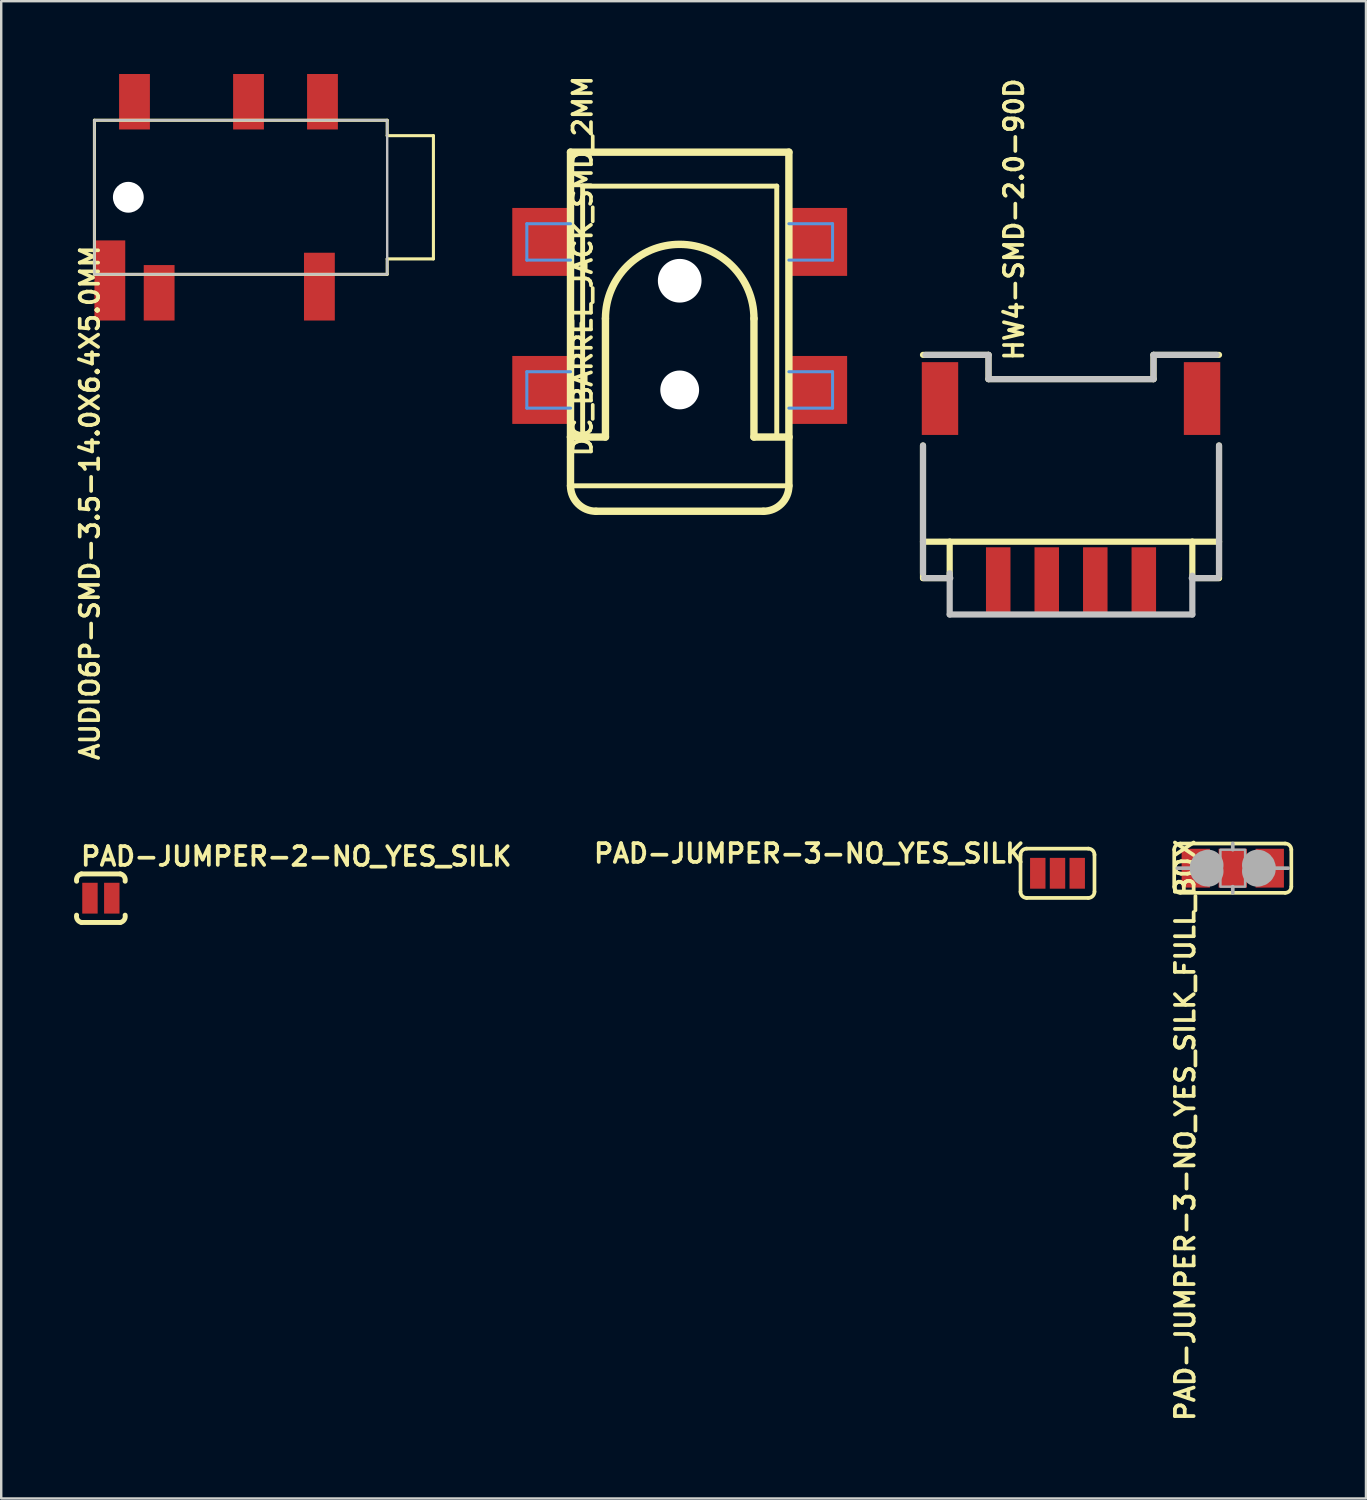
<source format=kicad_pcb>
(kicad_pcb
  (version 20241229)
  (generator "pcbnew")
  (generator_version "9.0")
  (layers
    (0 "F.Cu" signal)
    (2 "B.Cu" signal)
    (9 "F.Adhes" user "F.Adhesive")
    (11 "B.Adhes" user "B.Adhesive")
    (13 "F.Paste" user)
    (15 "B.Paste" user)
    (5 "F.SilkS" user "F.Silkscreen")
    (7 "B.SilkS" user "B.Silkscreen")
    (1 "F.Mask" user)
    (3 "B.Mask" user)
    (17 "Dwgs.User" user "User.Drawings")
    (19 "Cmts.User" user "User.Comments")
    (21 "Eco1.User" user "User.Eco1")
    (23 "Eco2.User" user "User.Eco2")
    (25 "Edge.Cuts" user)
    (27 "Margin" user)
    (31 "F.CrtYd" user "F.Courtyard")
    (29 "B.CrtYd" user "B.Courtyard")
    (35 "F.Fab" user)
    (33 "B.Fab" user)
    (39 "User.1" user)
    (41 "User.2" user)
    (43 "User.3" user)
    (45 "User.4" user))
  (footprint "AUDIO6P-SMD-3.5-14.0X6.4X5.0MM"
    (layer "F.Cu")
    (at 14.812 5.08)
    (property "Reference" "AUDIO6P-SMD-3.5-14.0X6.4X5.0MM" (at -14.605 1.905 270) (layer "F.SilkS") (effects (font (size 0.76 0.76) (thickness 0.152)) (justify right top)))
    (attr through_hole)
    (fp_line (start -13.97 -3.175) (end -13.97 3.175) (stroke (width 0.127) (type solid)) (layer "F.SilkS"))
    (fp_line (start -13.97 3.175) (end -1.905 3.175) (stroke (width 0.127) (type solid)) (layer "F.SilkS"))
    (fp_line (start -1.905 -3.175) (end -13.97 -3.175) (stroke (width 0.127) (type solid)) (layer "F.SilkS"))
    (fp_line (start -1.905 -2.54) (end -1.905 -3.175) (stroke (width 0.127) (type solid)) (layer "F.SilkS"))
    (fp_line (start -1.905 2.54) (end 0 2.54) (stroke (width 0.127) (type solid)) (layer "F.SilkS"))
    (fp_line (start -1.905 3.175) (end -1.905 2.54) (stroke (width 0.127) (type solid)) (layer "F.SilkS"))
    (fp_line (start 0 -2.54) (end -1.905 -2.54) (stroke (width 0.127) (type solid)) (layer "F.SilkS"))
    (fp_line (start 0 2.54) (end 0 -2.54) (stroke (width 0.127) (type solid)) (layer "F.SilkS"))
    (fp_poly (pts (xy -13.97 3.175) (xy -1.905 3.175) (xy -1.905 -3.175) (xy -13.97 -3.175)) (stroke (width 0.1) (type solid)) (fill no) (layer "Dwgs.User"))
    (pad "" np_thru_hole circle (at -12.573 0) (size 1.27 1.27) (drill 1.27) (layers "*.Cu"))
    (pad "COM1" smd rect (at -4.572 -3.937 90) (size 2.286 1.27) (layers "F.Cu" "F.Mask" "F.Paste"))
    (pad "COM2" smd rect (at -4.699 3.683 90) (size 2.794 1.27) (layers "F.Cu" "F.Mask" "F.Paste"))
    (pad "L" smd rect (at -11.303 3.937 90) (size 2.286 1.27) (layers "F.Cu" "F.Mask" "F.Paste"))
    (pad "LS" smd rect (at -13.335 3.429 90) (size 3.302 1.27) (layers "F.Cu" "F.Mask" "F.Paste"))
    (pad "R" smd rect (at -7.62 -3.937 90) (size 2.286 1.27) (layers "F.Cu" "F.Mask" "F.Paste"))
    (pad "RS" smd rect (at -12.319 -3.937 90) (size 2.286 1.27) (layers "F.Cu" "F.Mask" "F.Paste")))
  (footprint "DC_BARREL_JACK_SMD_2MM"
    (layer "F.Cu")
    (at 24.962 10.795)
    (property "Reference" "DC_BARREL_JACK_SMD_2MM" (at -4.445 -10.795 270) (layer "F.SilkS") (effects (font (size 0.76 0.76) (thickness 0.152)) (justify right top)))
    (attr through_hole)
    (fp_line (start -4.5 -7.575) (end 4.5 -7.575) (stroke (width 0.305) (type solid)) (layer "F.SilkS"))
    (fp_line (start -4.5 4.165) (end -4.5 -7.575) (stroke (width 0.305) (type solid)) (layer "F.SilkS"))
    (fp_line (start -4.5 4.165) (end -3.06 4.165) (stroke (width 0.305) (type solid)) (layer "F.SilkS"))
    (fp_line (start -4.5 6.175) (end -4.5 4.165) (stroke (width 0.305) (type solid)) (layer "F.SilkS"))
    (fp_line (start -4.5 6.175) (end 4.5 6.175) (stroke (width 0.203) (type solid)) (layer "F.SilkS"))
    (fp_line (start -4 -6.175) (end 4 -6.175) (stroke (width 0.203) (type solid)) (layer "F.SilkS"))
    (fp_line (start -4 4.165) (end -4 -6.175) (stroke (width 0.203) (type solid)) (layer "F.SilkS"))
    (fp_line (start -3.45 7.225) (end 3.45 7.225) (stroke (width 0.305) (type solid)) (layer "F.SilkS"))
    (fp_line (start -3.06 4.165) (end -3.06 -0.715) (stroke (width 0.305) (type solid)) (layer "F.SilkS"))
    (fp_line (start 3.06 4.165) (end 3.06 -0.715) (stroke (width 0.305) (type solid)) (layer "F.SilkS"))
    (fp_line (start 3.06 4.165) (end 4.5 4.165) (stroke (width 0.305) (type solid)) (layer "F.SilkS"))
    (fp_line (start 4 -6.175) (end 4 4.165) (stroke (width 0.203) (type solid)) (layer "F.SilkS"))
    (fp_line (start 4.5 -7.575) (end 4.5 4.165) (stroke (width 0.305) (type solid)) (layer "F.SilkS"))
    (fp_line (start 4.5 4.165) (end 4.5 6.175) (stroke (width 0.305) (type solid)) (layer "F.SilkS"))
    (fp_arc (start -3.45 7.225) (mid -4.192462 6.917462) (end -4.5 6.175) (stroke (width 0.3048) (type solid)) (layer "F.SilkS"))
    (fp_arc (start -3.06 -0.715) (mid 0.000001 -3.774999) (end 3.06 -0.714998) (stroke (width 0.3048) (type solid)) (layer "F.SilkS"))
    (fp_arc (start 4.5 6.175) (mid 4.192462 6.917462) (end 3.45 7.225) (stroke (width 0.3048) (type solid)) (layer "F.SilkS"))
    (fp_line (start -6.3 -4.625) (end -4.5 -4.625) (stroke (width 0.125) (type solid)) (layer "Cmts.User"))
    (fp_line (start -6.3 -3.125) (end -6.3 -4.625) (stroke (width 0.125) (type solid)) (layer "Cmts.User"))
    (fp_line (start -6.3 1.475) (end -4.5 1.475) (stroke (width 0.125) (type solid)) (layer "Cmts.User"))
    (fp_line (start -6.3 2.975) (end -6.3 1.475) (stroke (width 0.125) (type solid)) (layer "Cmts.User"))
    (fp_line (start -4.5 -3.125) (end -6.3 -3.125) (stroke (width 0.125) (type solid)) (layer "Cmts.User"))
    (fp_line (start -4.5 2.975) (end -6.3 2.975) (stroke (width 0.125) (type solid)) (layer "Cmts.User"))
    (fp_line (start 4.5 -3.125) (end 6.3 -3.125) (stroke (width 0.125) (type solid)) (layer "Cmts.User"))
    (fp_line (start 4.5 2.975) (end 6.3 2.975) (stroke (width 0.125) (type solid)) (layer "Cmts.User"))
    (fp_line (start 6.3 -4.625) (end 4.5 -4.625) (stroke (width 0.125) (type solid)) (layer "Cmts.User"))
    (fp_line (start 6.3 -3.125) (end 6.3 -4.625) (stroke (width 0.125) (type solid)) (layer "Cmts.User"))
    (fp_line (start 6.3 1.475) (end 4.5 1.475) (stroke (width 0.125) (type solid)) (layer "Cmts.User"))
    (fp_line (start 6.3 2.975) (end 6.3 1.475) (stroke (width 0.125) (type solid)) (layer "Cmts.User"))
    (pad "" np_thru_hole circle (at 0 -2.275) (size 1.8 1.8) (drill 1.8) (layers "*.Cu"))
    (pad "" np_thru_hole circle (at 0 2.225) (size 1.6 1.6) (drill 1.6) (layers "*.Cu"))
    (pad "P1@1" smd rect (at -5.7 -3.875) (size 2.4 2.8) (layers "F.Cu" "F.Mask" "F.Paste"))
    (pad "P1@2" smd rect (at -5.7 2.225) (size 2.4 2.8) (layers "F.Cu" "F.Mask" "F.Paste"))
    (pad "P2" smd rect (at 5.7 2.225) (size 2.4 2.8) (layers "F.Cu" "F.Mask" "F.Paste"))
    (pad "P3" smd rect (at 5.7 -3.875) (size 2.4 2.8) (layers "F.Cu" "F.Mask" "F.Paste")))
  (footprint "PAD-JUMPER-3-NO_YES_SILK"
    (layer "F.Cu")
    (at 40.532 32.94)
    (property "Reference" "PAD-JUMPER-3-NO_YES_SILK" (at -1.27 -1.27 180) (layer "F.SilkS") (effects (font (size 0.772 0.772) (thickness 0.154)) (justify right top)))
    (attr through_hole)
    (fp_line (start -1.524 0.762) (end -1.524 -0.762) (stroke (width 0.152) (type solid)) (layer "F.SilkS"))
    (fp_line (start -1.27 -1.016) (end 1.27 -1.016) (stroke (width 0.152) (type solid)) (layer "F.SilkS"))
    (fp_line (start 1.27 1.016) (end -1.27 1.016) (stroke (width 0.152) (type solid)) (layer "F.SilkS"))
    (fp_line (start 1.524 0.762) (end 1.524 -0.762) (stroke (width 0.152) (type solid)) (layer "F.SilkS"))
    (fp_arc (start -1.524 -0.762) (mid -1.449605 -0.941605) (end -1.27 -1.016) (stroke (width 0.1524) (type solid)) (layer "F.SilkS"))
    (fp_arc (start -1.27 1.016) (mid -1.449605 0.941605) (end -1.524 0.762) (stroke (width 0.1524) (type solid)) (layer "F.SilkS"))
    (fp_arc (start 1.27 -1.016) (mid 1.449605 -0.941605) (end 1.524 -0.762) (stroke (width 0.1524) (type solid)) (layer "F.SilkS"))
    (fp_arc (start 1.524 0.762) (mid 1.449605 0.941605) (end 1.27 1.016) (stroke (width 0.1524) (type solid)) (layer "F.SilkS"))
    (pad "1" smd rect (at -0.813 0) (size 0.635 1.27) (layers "F.Cu" "F.Mask" "F.Paste"))
    (pad "2" smd rect (at 0 0) (size 0.635 1.27) (layers "F.Cu" "F.Mask" "F.Paste"))
    (pad "3" smd rect (at 0.813 0) (size 0.635 1.27) (layers "F.Cu" "F.Mask" "F.Paste")))
  (footprint "PAD-JUMPER-3-NO_YES_SILK_FULL_BOX"
    (layer "F.Cu")
    (at 47.755 32.73)
    (property "Reference" "PAD-JUMPER-3-NO_YES_SILK_FULL_BOX" (at -2.413 -1.27 270) (layer "F.SilkS") (effects (font (size 0.772 0.772) (thickness 0.154)) (justify right top)))
    (attr through_hole)
    (fp_line (start -2.413 0.762) (end -2.413 -0.762) (stroke (width 0.152) (type solid)) (layer "F.SilkS"))
    (fp_line (start -2.159 -1.016) (end 2.159 -1.016) (stroke (width 0.152) (type solid)) (layer "F.SilkS"))
    (fp_line (start 2.159 1.016) (end -2.159 1.016) (stroke (width 0.152) (type solid)) (layer "F.SilkS"))
    (fp_line (start 2.413 0.762) (end 2.413 -0.762) (stroke (width 0.152) (type solid)) (layer "F.SilkS"))
    (fp_arc (start -2.413 -0.762) (mid -2.338605 -0.941605) (end -2.159 -1.016) (stroke (width 0.1524) (type solid)) (layer "F.SilkS"))
    (fp_arc (start -2.159 1.016) (mid -2.338605 0.941605) (end -2.413 0.762) (stroke (width 0.1524) (type solid)) (layer "F.SilkS"))
    (fp_arc (start 2.159 -1.016) (mid 2.338605 -0.941605) (end 2.413 -0.762) (stroke (width 0.1524) (type solid)) (layer "F.SilkS"))
    (fp_arc (start 2.413 0.762) (mid 2.338605 0.941605) (end 2.159 1.016) (stroke (width 0.1524) (type solid)) (layer "F.SilkS"))
    (fp_line (start -1.778 0) (end -2.286 0) (stroke (width 0.152) (type solid)) (layer "F.Fab"))
    (fp_line (start 0 -0.762) (end 0 -1.016) (stroke (width 0.152) (type solid)) (layer "F.Fab"))
    (fp_line (start 0 1.016) (end 0 0.762) (stroke (width 0.152) (type solid)) (layer "F.Fab"))
    (fp_line (start 1.778 0) (end 2.286 0) (stroke (width 0.152) (type solid)) (layer "F.Fab"))
    (fp_arc (start -1.016 0.127) (mid -1.143 0) (end -1.016 -0.127) (stroke (width 1.27) (type solid)) (layer "F.Fab"))
    (fp_arc (start 1.016 -0.127) (mid 1.143 0) (end 1.016 0.127) (stroke (width 1.27) (type solid)) (layer "F.Fab"))
    (fp_poly (pts (xy -0.508 0.762) (xy 0.508 0.762) (xy 0.508 -0.762) (xy -0.508 -0.762)) (stroke (width 0.1) (type solid)) (fill no) (layer "F.Fab"))
    (pad "1" smd rect (at -1.524 0) (size 1.168 1.6) (layers "F.Cu" "F.Mask" "F.Paste"))
    (pad "2" smd rect (at 0 0) (size 1.168 1.6) (layers "F.Cu" "F.Mask" "F.Paste"))
    (pad "3" smd rect (at 1.524 0) (size 1.168 1.6) (layers "F.Cu" "F.Mask" "F.Paste")))
  (footprint "HW4-SMD-2.0-90D"
    (layer "F.Cu")
    (at 41.089 20.775)
    (property "Reference" "HW4-SMD-2.0-90D" (at -1.905 -8.89 90) (layer "F.SilkS") (effects (font (size 0.76 0.76) (thickness 0.152)) (justify left bottom)))
    (attr through_hole)
    (fp_line (start -6.1 -9.2) (end -3.4 -9.2) (stroke (width 0.254) (type solid)) (layer "F.SilkS"))
    (fp_line (start -6.1 -1.5) (end -6.1 -5.465) (stroke (width 0.254) (type solid)) (layer "F.SilkS"))
    (fp_line (start -6.1 -1.5) (end -6.1 0) (stroke (width 0.254) (type solid)) (layer "F.SilkS"))
    (fp_line (start -6.1 -1.5) (end -5 -1.5) (stroke (width 0.254) (type solid)) (layer "F.SilkS"))
    (fp_line (start -6.1 0) (end -5 0) (stroke (width 0.254) (type solid)) (layer "F.SilkS"))
    (fp_line (start -5 -1.5) (end 5 -1.5) (stroke (width 0.254) (type solid)) (layer "F.SilkS"))
    (fp_line (start -5 0) (end -5 -1.5) (stroke (width 0.254) (type solid)) (layer "F.SilkS"))
    (fp_line (start -3.4 -9.2) (end -3.4 -8.2) (stroke (width 0.254) (type solid)) (layer "F.SilkS"))
    (fp_line (start -3.4 -8.2) (end 3.4 -8.2) (stroke (width 0.254) (type solid)) (layer "F.SilkS"))
    (fp_line (start 3.4 -9.2) (end 6.1 -9.2) (stroke (width 0.254) (type solid)) (layer "F.SilkS"))
    (fp_line (start 3.4 -8.2) (end 3.4 -9.2) (stroke (width 0.254) (type solid)) (layer "F.SilkS"))
    (fp_line (start 5 -1.5) (end 5 0) (stroke (width 0.254) (type solid)) (layer "F.SilkS"))
    (fp_line (start 5 -1.5) (end 6.1 -1.5) (stroke (width 0.254) (type solid)) (layer "F.SilkS"))
    (fp_line (start 5 0) (end 6.1 0) (stroke (width 0.254) (type solid)) (layer "F.SilkS"))
    (fp_line (start 6.1 -1.5) (end 6.1 -5.465) (stroke (width 0.254) (type solid)) (layer "F.SilkS"))
    (fp_line (start 6.1 0) (end 6.1 -1.5) (stroke (width 0.254) (type solid)) (layer "F.SilkS"))
    (fp_line (start -6.1 -5.465) (end -6.1 -0.2) (stroke (width 0.254) (type solid)) (layer "Dwgs.User"))
    (fp_line (start -6.053 0) (end -4.975 0) (stroke (width 0.254) (type solid)) (layer "Dwgs.User"))
    (fp_line (start -6 -9.2) (end -3.4 -9.2) (stroke (width 0.254) (type solid)) (layer "Dwgs.User"))
    (fp_line (start -5 1.5) (end -5 -0.2) (stroke (width 0.254) (type solid)) (layer "Dwgs.User"))
    (fp_line (start -3.4 -9.2) (end -3.4 -8.2) (stroke (width 0.254) (type solid)) (layer "Dwgs.User"))
    (fp_line (start -3.4 -8.2) (end 3.4 -8.2) (stroke (width 0.254) (type solid)) (layer "Dwgs.User"))
    (fp_line (start 3.4 -9.2) (end 6 -9.2) (stroke (width 0.254) (type solid)) (layer "Dwgs.User"))
    (fp_line (start 3.4 -8.2) (end 3.4 -9.2) (stroke (width 0.254) (type solid)) (layer "Dwgs.User"))
    (fp_line (start 4.975 0) (end 6.053 0) (stroke (width 0.254) (type solid)) (layer "Dwgs.User"))
    (fp_line (start 5 -0.1) (end 5 1.5) (stroke (width 0.254) (type solid)) (layer "Dwgs.User"))
    (fp_line (start 5 1.5) (end -5 1.5) (stroke (width 0.254) (type solid)) (layer "Dwgs.User"))
    (fp_line (start 6.1 -5.465) (end 6.1 -0.1) (stroke (width 0.254) (type solid)) (layer "Dwgs.User"))
    (pad "1" smd rect (at -3 0.1 90) (size 2.74 1.01) (layers "F.Cu" "F.Mask" "F.Paste"))
    (pad "2" smd rect (at -1 0.1 90) (size 2.74 1.01) (layers "F.Cu" "F.Mask" "F.Paste"))
    (pad "3" smd rect (at 1 0.1 90) (size 2.74 1.01) (layers "F.Cu" "F.Mask" "F.Paste"))
    (pad "4" smd rect (at 3 0.1 90) (size 2.74 1.01) (layers "F.Cu" "F.Mask" "F.Paste"))
    (pad "SS1" smd rect (at -5.4 -7.4 90) (size 3 1.5) (layers "F.Cu" "F.Mask" "F.Paste"))
    (pad "SS2" smd rect (at 5.4 -7.4 90) (size 3 1.5) (layers "F.Cu" "F.Mask" "F.Paste")))
  (footprint "PAD-JUMPER-2-NO_YES_SILK"
    (layer "F.Cu")
    (at 1.107 33.966)
    (property "Reference" "PAD-JUMPER-2-NO_YES_SILK" (at -0.908 -1.27 0) (layer "F.SilkS") (effects (font (size 0.772 0.772) (thickness 0.154)) (justify left bottom)))
    (attr through_hole)
    (fp_line (start -0.8 -1) (end 0.8 -1) (stroke (width 0.203) (type solid)) (layer "F.SilkS"))
    (fp_line (start 0.8 1) (end -0.8 1) (stroke (width 0.203) (type solid)) (layer "F.SilkS"))
    (fp_arc (start -1 -0.7) (mid -0.962132 -0.891421) (end -0.8 -1) (stroke (width 0.2032) (type solid)) (layer "F.SilkS"))
    (fp_arc (start -0.8 1) (mid -0.962132 0.891421) (end -1 0.7) (stroke (width 0.2032) (type solid)) (layer "F.SilkS"))
    (fp_arc (start 0.8 -1) (mid 0.962132 -0.891421) (end 1 -0.7) (stroke (width 0.2032) (type solid)) (layer "F.SilkS"))
    (fp_arc (start 1 0.7) (mid 0.962132 0.891421) (end 0.8 1) (stroke (width 0.2032) (type solid)) (layer "F.SilkS"))
    (pad "1" smd rect (at -0.45 0) (size 0.635 1.27) (layers "F.Cu" "F.Mask" "F.Paste"))
    (pad "2" smd rect (at 0.45 0) (size 0.635 1.27) (layers "F.Cu" "F.Mask" "F.Paste")))
  (gr_rect
    (start -3 -3)
    (end 53.245 58.706)
    (stroke (width 0.1) (type default))
    (fill no)
    (layer "Edge.Cuts")))
</source>
